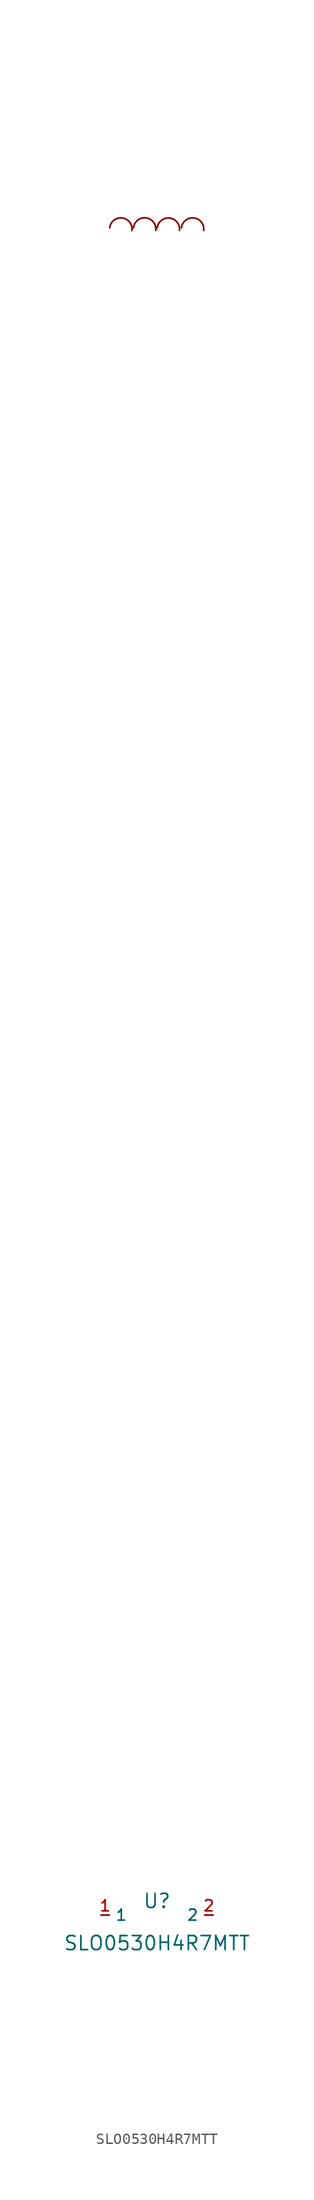
<source format=kicad_sym>
(kicad_symbol_lib
  (version 20210201)
  (generator TousstNicolas/JLC2KiCad_lib)
  (symbol "SLO0530H4R7MTT"
    (property "Reference" "U"
      (at 0 1.27 0)
      (effects (font (size 1.27 1.27))))
    (property "Value" "SLO0530H4R7MTT"
      (at 0 -2.54 0)
      (effects (font (size 1.27 1.27))))
    (symbol "SLO0530H4R7MTT_0_1"
      (pin unspecified line (at 5.08 -0.0 180) (length 0.762) (name "2" (effects (font (size 1 1)))) (number "2" (effects (font (size 1 1)))))
      (pin unspecified line (at -5.08 -0.0 0) (length 0.762) (name "1" (effects (font (size 1 1)))) (number "1" (effects (font (size 1 1)))))
      (arc (start -2.2674329047940223 152.2661993749378) (mid -3.1590111605613322 153.3929684160086) (end -4.285780201632179 152.50139016024133) (stroke (width 0) (type default) (color 0 0 0 0)) (fill (type none)))
      (arc (start -0.11354180781655247 152.26464496392856) (mid -1.0048024524285284 153.3916652601437) (end -2.131822737142127 152.50040460098776) (stroke (width 0) (type default) (color 0 0 0 0)) (fill (type none)))
      (arc (start 2.0378424949520313 152.26464496392856) (mid 1.1465818503400553 153.3916652601437) (end 0.019561565626456494 152.50040460098776) (stroke (width 0) (type default) (color 0 0 0 0)) (fill (type none)))
      (arc (start 4.231170015864312 152.26619907095466) (mid 3.3395921290251422 153.39296842066645) (end 2.212822795584769 152.5013905132636) (stroke (width 0) (type default) (color 0 0 0 0)) (fill (type none))))))
</source>
